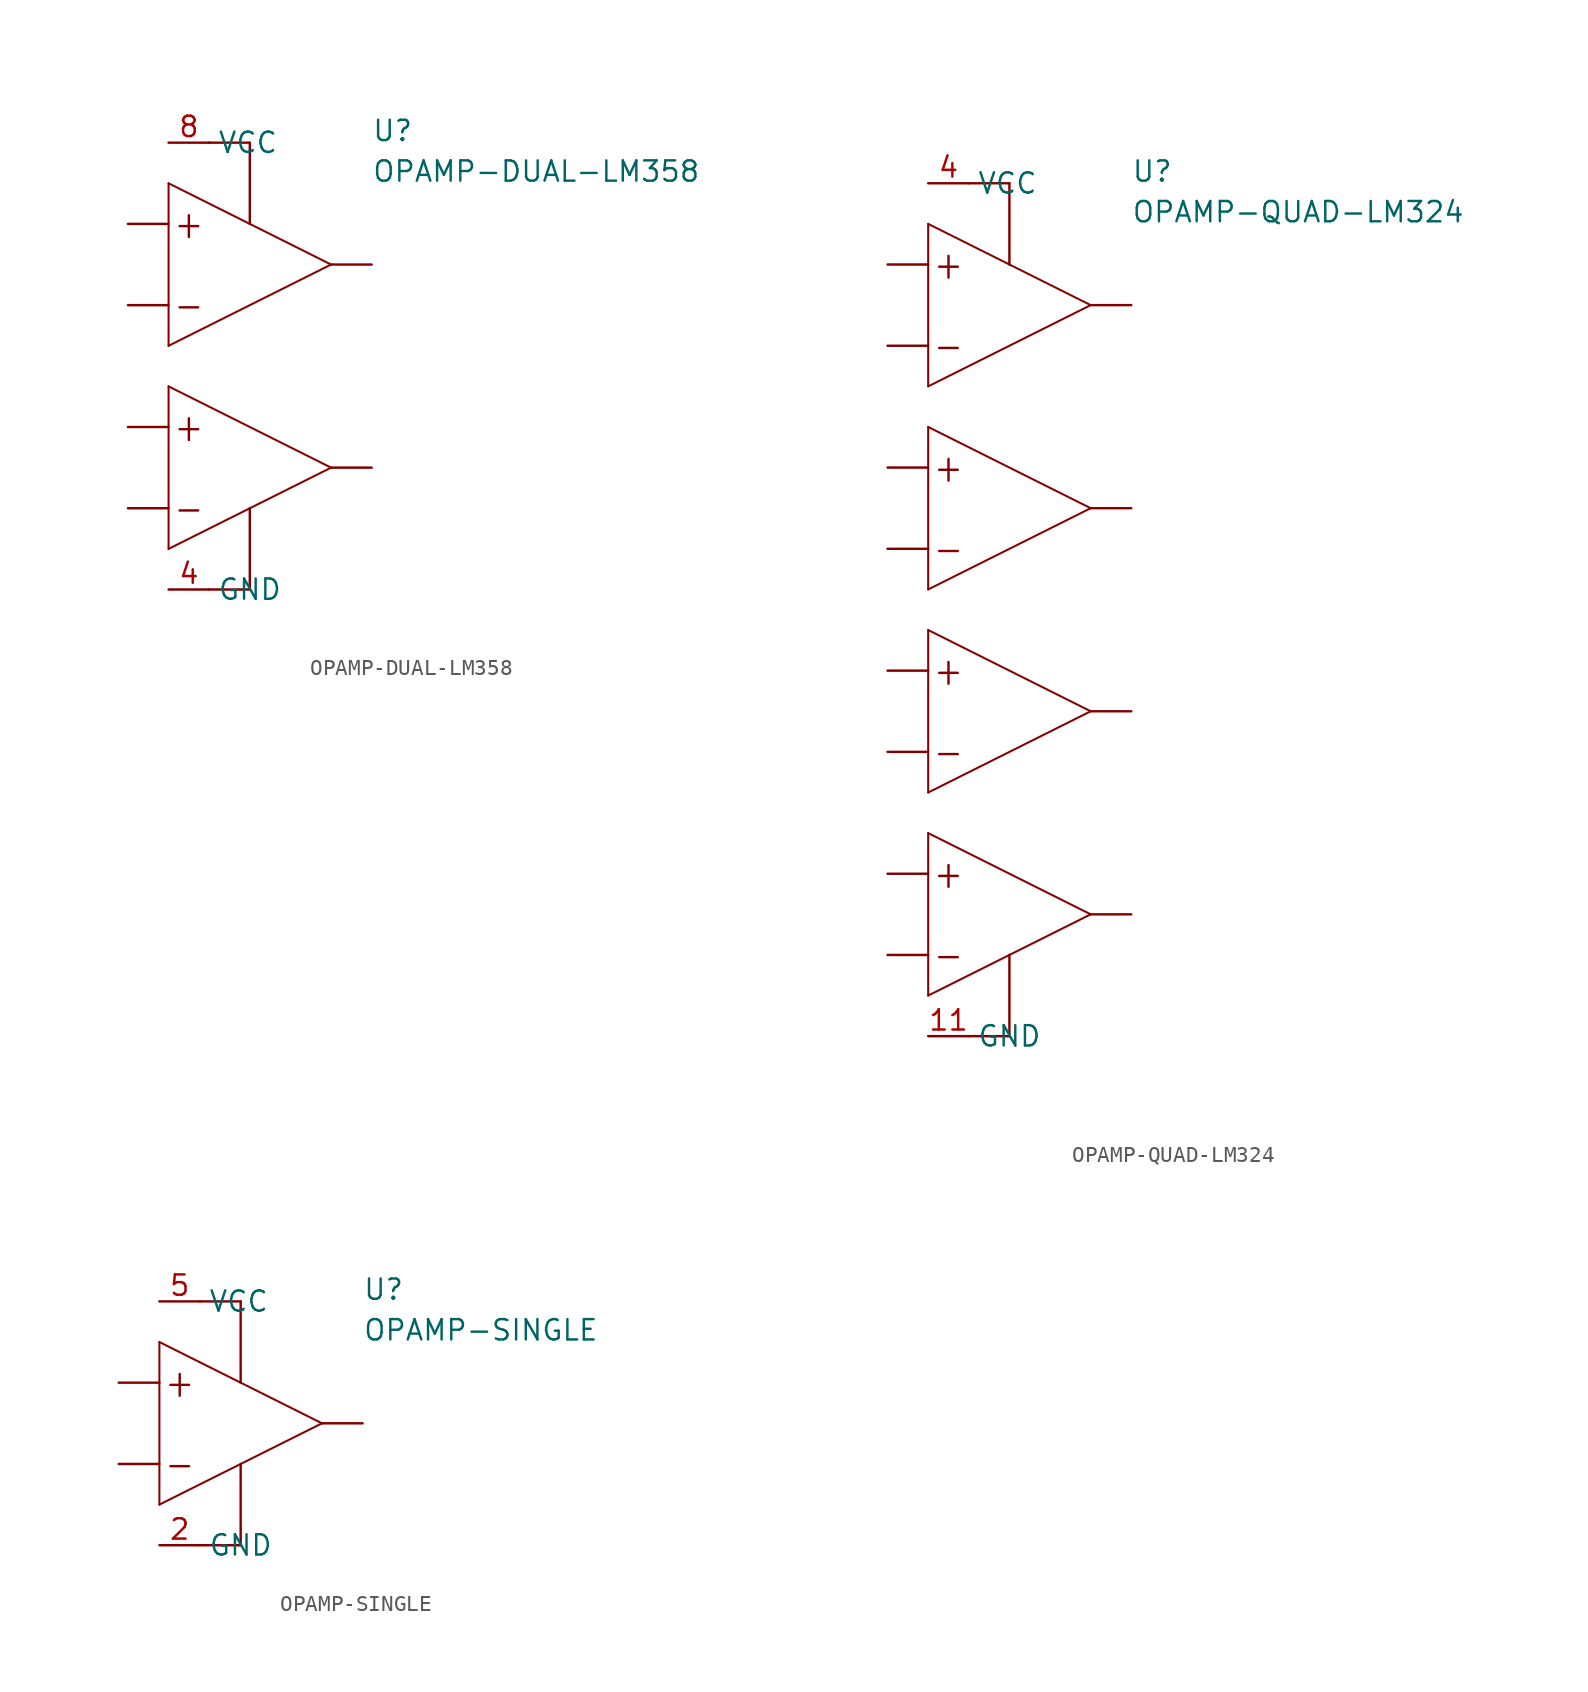
<source format=kicad_sym>
(kicad_symbol_lib
  (version 20211014)
  (generator kicad_symbol_editor)
  (symbol "OPAMP-DUAL-LM358"
    (pin_names)
    (property "Reference" "U"
      (at 7.62 15.24 0)
      (effects (font (size 1.27 1.27)) (justify left bottom)))
    (property "Value" "OPAMP-DUAL-LM358"
      (at 7.62 12.7 0)
      (effects (font (size 1.27 1.27)) (justify left bottom)))
    (property "Datasheet" ""
      (at 0 0 0))
    (property "ki_description" "LMV358   - IC OPAMP GP 2 CIRCUIT 8SOIC  Technical Specifications:    General Purpose Amplifier 2 Circuit Rail-to-Rail 8-SOIC   Follows Industry Standard LM358 Op-Amp Architecture   Supply Voltage: 2.7V~5.5V       Component Search:  LMV358   Datasheet:  LMV3xx-N/-Q1 Single/Dual/Quad General Purpose, Low V, Rail-to-Rail Output Op Amp datasheet (Rev. K)  "
      (at 0 0 0))
    (property "ki_fp_filters" "FlashPCB_ICs:SOIC-8-150MIL-3.9MM"
      (at 0 0 0))
    (symbol "OPAMP-DUAL-LM358_1_1"
      (text "+" (at -3.81 10.16 0) (effects (font (size 1.778 1.52))))
      (text "-" (at -3.81 5.08 0) (effects (font (size 1.778 1.52))))
      (text "+" (at -3.81 -2.54 0) (effects (font (size 1.778 1.52))))
      (text "-" (at -3.81 -7.62 0) (effects (font (size 1.778 1.52))))
      (polyline (pts (xy -5.08 12.7) (xy -5.08 2.54)) (stroke (width 0.127)) (fill (type none)))
      (polyline (pts (xy -5.08 2.54) (xy 5.08 7.62)) (stroke (width 0.127)) (fill (type none)))
      (polyline (pts (xy -5.08 12.7) (xy 0 10.16)) (stroke (width 0.127)) (fill (type none)))
      (polyline (pts (xy 0 10.16) (xy 5.08 7.62)) (stroke (width 0.127)) (fill (type none)))
      (polyline (pts (xy -5.08 0) (xy -5.08 -10.16)) (stroke (width 0.127)) (fill (type none)))
      (polyline (pts (xy -5.08 -10.16) (xy 5.08 -5.08)) (stroke (width 0.127)) (fill (type none)))
      (polyline (pts (xy -5.08 0) (xy 5.08 -5.08)) (stroke (width 0.127)) (fill (type none)))
      (polyline (pts (xy -2.54 15.24) (xy 0 15.24)) (stroke (width 0.152)) (fill (type none)))
      (polyline (pts (xy 0 15.24) (xy 0 10.16)) (stroke (width 0.152)) (fill (type none)))
      (polyline (pts (xy -2.54 -12.7) (xy 0 -12.7)) (stroke (width 0.152)) (fill (type none)))
      (polyline (pts (xy 0 -12.7) (xy 0 -7.62)) (stroke (width 0.152)) (fill (type none)))
      (pin bidirectional line (at 7.62 7.62 180) (length 2.54) (name "1OUT" (effects (font (size 0 0)))) (number "1" (effects (font (size 0 0)))))
      (pin bidirectional line (at 7.62 -5.08 180) (length 2.54) (name "2OUT" (effects (font (size 0 0)))) (number "7" (effects (font (size 0 0)))))
      (pin bidirectional line (at -5.08 15.24 0) (length 2.54) (name "VCC" (effects (font (size 1.27 1.27)))) (number "8" (effects (font (size 1.27 1.27)))))
      (pin bidirectional line (at -7.62 -7.62 0) (length 2.54) (name "2IN-" (effects (font (size 0 0)))) (number "6" (effects (font (size 0 0)))))
      (pin bidirectional line (at -7.62 -2.54 0) (length 2.54) (name "2IN+" (effects (font (size 0 0)))) (number "5" (effects (font (size 0 0)))))
      (pin bidirectional line (at -7.62 5.08 0) (length 2.54) (name "1IN-" (effects (font (size 0 0)))) (number "2" (effects (font (size 0 0)))))
      (pin bidirectional line (at -7.62 10.16 0) (length 2.54) (name "1IN+" (effects (font (size 0 0)))) (number "3" (effects (font (size 0 0)))))
      (pin bidirectional line (at -5.08 -12.7 0) (length 2.54) (name "GND" (effects (font (size 1.27 1.27)))) (number "4" (effects (font (size 1.27 1.27)))))))
  (symbol "OPAMP-QUAD-LM324"
    (pin_names)
    (property "Reference" "U"
      (at 7.62 27.94 0)
      (effects (font (size 1.27 1.27)) (justify left bottom)))
    (property "Value" "OPAMP-QUAD-LM324"
      (at 7.62 25.4 0)
      (effects (font (size 1.27 1.27)) (justify left bottom)))
    (property "Datasheet" ""
      (at 0 0 0))
    (property "ki_description" "LMV324   - IC OPAMP GP 4 CIRCUIT 14SOIC  Technical Specifications:    General Purpose Amplifier 4 Circuit Rail-to-Rail 14-SOIC   Follows Industry Standard LM324 Op-Amp Architecture   Supply Voltage: 2.7V~5.5V       Component Search:  LMV324   Datasheet:  LMV3xx-N/-Q1 Single/Dual/Quad General Purpose, Low V, Rail-to-Rail Output Op Amp datasheet (Rev. K)  "
      (at 0 0 0))
    (property "ki_fp_filters" "FlashPCB_ICs:SOIC-14-150MIL-3.9MM"
      (at 0 0 0))
    (symbol "OPAMP-QUAD-LM324_1_1"
      (text "+" (at -3.81 22.86 0) (effects (font (size 1.778 1.52))))
      (text "-" (at -3.81 17.78 0) (effects (font (size 1.778 1.52))))
      (text "+" (at -3.81 10.16 0) (effects (font (size 1.778 1.52))))
      (text "-" (at -3.81 5.08 0) (effects (font (size 1.778 1.52))))
      (text "+" (at -3.81 -2.54 0) (effects (font (size 1.778 1.52))))
      (text "-" (at -3.81 -7.62 0) (effects (font (size 1.778 1.52))))
      (text "+" (at -3.81 -15.24 0) (effects (font (size 1.778 1.52))))
      (text "-" (at -3.81 -20.32 0) (effects (font (size 1.778 1.52))))
      (polyline (pts (xy -5.08 25.4) (xy -5.08 15.24)) (stroke (width 0.127)) (fill (type none)))
      (polyline (pts (xy -5.08 15.24) (xy 5.08 20.32)) (stroke (width 0.127)) (fill (type none)))
      (polyline (pts (xy -5.08 25.4) (xy 0 22.86)) (stroke (width 0.127)) (fill (type none)))
      (polyline (pts (xy 0 22.86) (xy 5.08 20.32)) (stroke (width 0.127)) (fill (type none)))
      (polyline (pts (xy -5.08 12.7) (xy -5.08 2.54)) (stroke (width 0.127)) (fill (type none)))
      (polyline (pts (xy -5.08 2.54) (xy 5.08 7.62)) (stroke (width 0.127)) (fill (type none)))
      (polyline (pts (xy -5.08 12.7) (xy 5.08 7.62)) (stroke (width 0.127)) (fill (type none)))
      (polyline (pts (xy -5.08 0) (xy -5.08 -10.16)) (stroke (width 0.127)) (fill (type none)))
      (polyline (pts (xy -5.08 -10.16) (xy 5.08 -5.08)) (stroke (width 0.127)) (fill (type none)))
      (polyline (pts (xy -5.08 0) (xy 5.08 -5.08)) (stroke (width 0.127)) (fill (type none)))
      (polyline (pts (xy -5.08 -12.7) (xy -5.08 -22.86)) (stroke (width 0.127)) (fill (type none)))
      (polyline (pts (xy -5.08 -22.86) (xy 0 -20.32)) (stroke (width 0.127)) (fill (type none)))
      (polyline (pts (xy 0 -20.32) (xy 5.08 -17.78)) (stroke (width 0.127)) (fill (type none)))
      (polyline (pts (xy -5.08 -12.7) (xy 5.08 -17.78)) (stroke (width 0.127)) (fill (type none)))
      (polyline (pts (xy -2.54 27.94) (xy 0 27.94)) (stroke (width 0.152)) (fill (type none)))
      (polyline (pts (xy 0 27.94) (xy 0 22.86)) (stroke (width 0.152)) (fill (type none)))
      (polyline (pts (xy -2.54 -25.4) (xy 0 -25.4)) (stroke (width 0.152)) (fill (type none)))
      (polyline (pts (xy 0 -25.4) (xy 0 -20.32)) (stroke (width 0.152)) (fill (type none)))
      (pin bidirectional line (at 7.62 20.32 180) (length 2.54) (name "1OUT" (effects (font (size 0 0)))) (number "1" (effects (font (size 0 0)))))
      (pin bidirectional line (at 7.62 7.62 180) (length 2.54) (name "2OUT" (effects (font (size 0 0)))) (number "7" (effects (font (size 0 0)))))
      (pin bidirectional line (at -5.08 27.94 0) (length 2.54) (name "VCC" (effects (font (size 1.27 1.27)))) (number "4" (effects (font (size 1.27 1.27)))))
      (pin bidirectional line (at -7.62 5.08 0) (length 2.54) (name "2IN-" (effects (font (size 0 0)))) (number "6" (effects (font (size 0 0)))))
      (pin bidirectional line (at -7.62 10.16 0) (length 2.54) (name "2IN+" (effects (font (size 0 0)))) (number "5" (effects (font (size 0 0)))))
      (pin bidirectional line (at -7.62 17.78 0) (length 2.54) (name "1IN-" (effects (font (size 0 0)))) (number "2" (effects (font (size 0 0)))))
      (pin bidirectional line (at -7.62 22.86 0) (length 2.54) (name "1IN+" (effects (font (size 0 0)))) (number "3" (effects (font (size 0 0)))))
      (pin bidirectional line (at -7.62 -7.62 0) (length 2.54) (name "3IN-" (effects (font (size 0 0)))) (number "9" (effects (font (size 0 0)))))
      (pin bidirectional line (at -7.62 -2.54 0) (length 2.54) (name "3IN+" (effects (font (size 0 0)))) (number "10" (effects (font (size 0 0)))))
      (pin bidirectional line (at -7.62 -20.32 0) (length 2.54) (name "4IN-" (effects (font (size 0 0)))) (number "13" (effects (font (size 0 0)))))
      (pin bidirectional line (at -7.62 -15.24 0) (length 2.54) (name "4IN+" (effects (font (size 0 0)))) (number "12" (effects (font (size 0 0)))))
      (pin bidirectional line (at -5.08 -25.4 0) (length 2.54) (name "GND" (effects (font (size 1.27 1.27)))) (number "11" (effects (font (size 1.27 1.27)))))
      (pin bidirectional line (at 7.62 -17.78 180) (length 2.54) (name "4OUT" (effects (font (size 0 0)))) (number "14" (effects (font (size 0 0)))))
      (pin bidirectional line (at 7.62 -5.08 180) (length 2.54) (name "3OUT" (effects (font (size 0 0)))) (number "8" (effects (font (size 0 0)))))))
  (symbol "OPAMP-SINGLE"
    (pin_names)
    (property "Reference" "U"
      (at 7.62 7.62 0)
      (effects (font (size 1.27 1.27)) (justify left bottom)))
    (property "Value" "OPAMP-SINGLE"
      (at 7.62 5.08 0)
      (effects (font (size 1.27 1.27)) (justify left bottom)))
    (property "Datasheet" ""
      (at 0 0 0))
    (property "ki_description" "OPA344  - IC OPAMP GP 1 CIRCUIT SOT23-5   Technical Specifications:    General Purpose Amplifier 1 Circuit Rail-to-Rail SOT-23-5   Gain Bandwidth: 1MHz, G>=1   Unity Gain Stable   Rail-to-Rail Input/Output       Component Search:  OPA344   Datasheet:  Low Power, Single-Supply, Rail-To-Rail Operational MicroAmplifier™ Series datasheet (Rev. A) "
      (at 0 0 0))
    (property "ki_fp_filters" "FlashPCB_ICs:SOT-23-5 FlashPCB_ICs:SOT-23-5_NOSILK"
      (at 0 0 0))
    (symbol "OPAMP-SINGLE_1_1"
      (text "+" (at -3.81 2.54 0) (effects (font (size 1.778 1.52))))
      (text "-" (at -3.81 -2.54 0) (effects (font (size 1.778 1.52))))
      (polyline (pts (xy -5.08 5.08) (xy -5.08 -5.08)) (stroke (width 0.127)) (fill (type none)))
      (polyline (pts (xy -5.08 -5.08) (xy 5.08 0)) (stroke (width 0.127)) (fill (type none)))
      (polyline (pts (xy -5.08 5.08) (xy 0 2.54)) (stroke (width 0.127)) (fill (type none)))
      (polyline (pts (xy 0 2.54) (xy 5.08 0)) (stroke (width 0.127)) (fill (type none)))
      (polyline (pts (xy -2.54 7.62) (xy 0 7.62)) (stroke (width 0.152)) (fill (type none)))
      (polyline (pts (xy 0 7.62) (xy 0 2.54)) (stroke (width 0.152)) (fill (type none)))
      (polyline (pts (xy -2.54 -7.62) (xy 0 -7.62)) (stroke (width 0.152)) (fill (type none)))
      (polyline (pts (xy 0 -7.62) (xy 0 -2.54)) (stroke (width 0.152)) (fill (type none)))
      (pin bidirectional line (at 7.62 0 180) (length 2.54) (name "OUT" (effects (font (size 0 0)))) (number "1" (effects (font (size 0 0)))))
      (pin bidirectional line (at -5.08 7.62 0) (length 2.54) (name "VCC" (effects (font (size 1.27 1.27)))) (number "5" (effects (font (size 1.27 1.27)))))
      (pin bidirectional line (at -7.62 -2.54 0) (length 2.54) (name "IN-" (effects (font (size 0 0)))) (number "4" (effects (font (size 0 0)))))
      (pin bidirectional line (at -7.62 2.54 0) (length 2.54) (name "IN+" (effects (font (size 0 0)))) (number "3" (effects (font (size 0 0)))))
      (pin bidirectional line (at -5.08 -7.62 0) (length 2.54) (name "GND" (effects (font (size 1.27 1.27)))) (number "2" (effects (font (size 1.27 1.27))))))))
</source>
